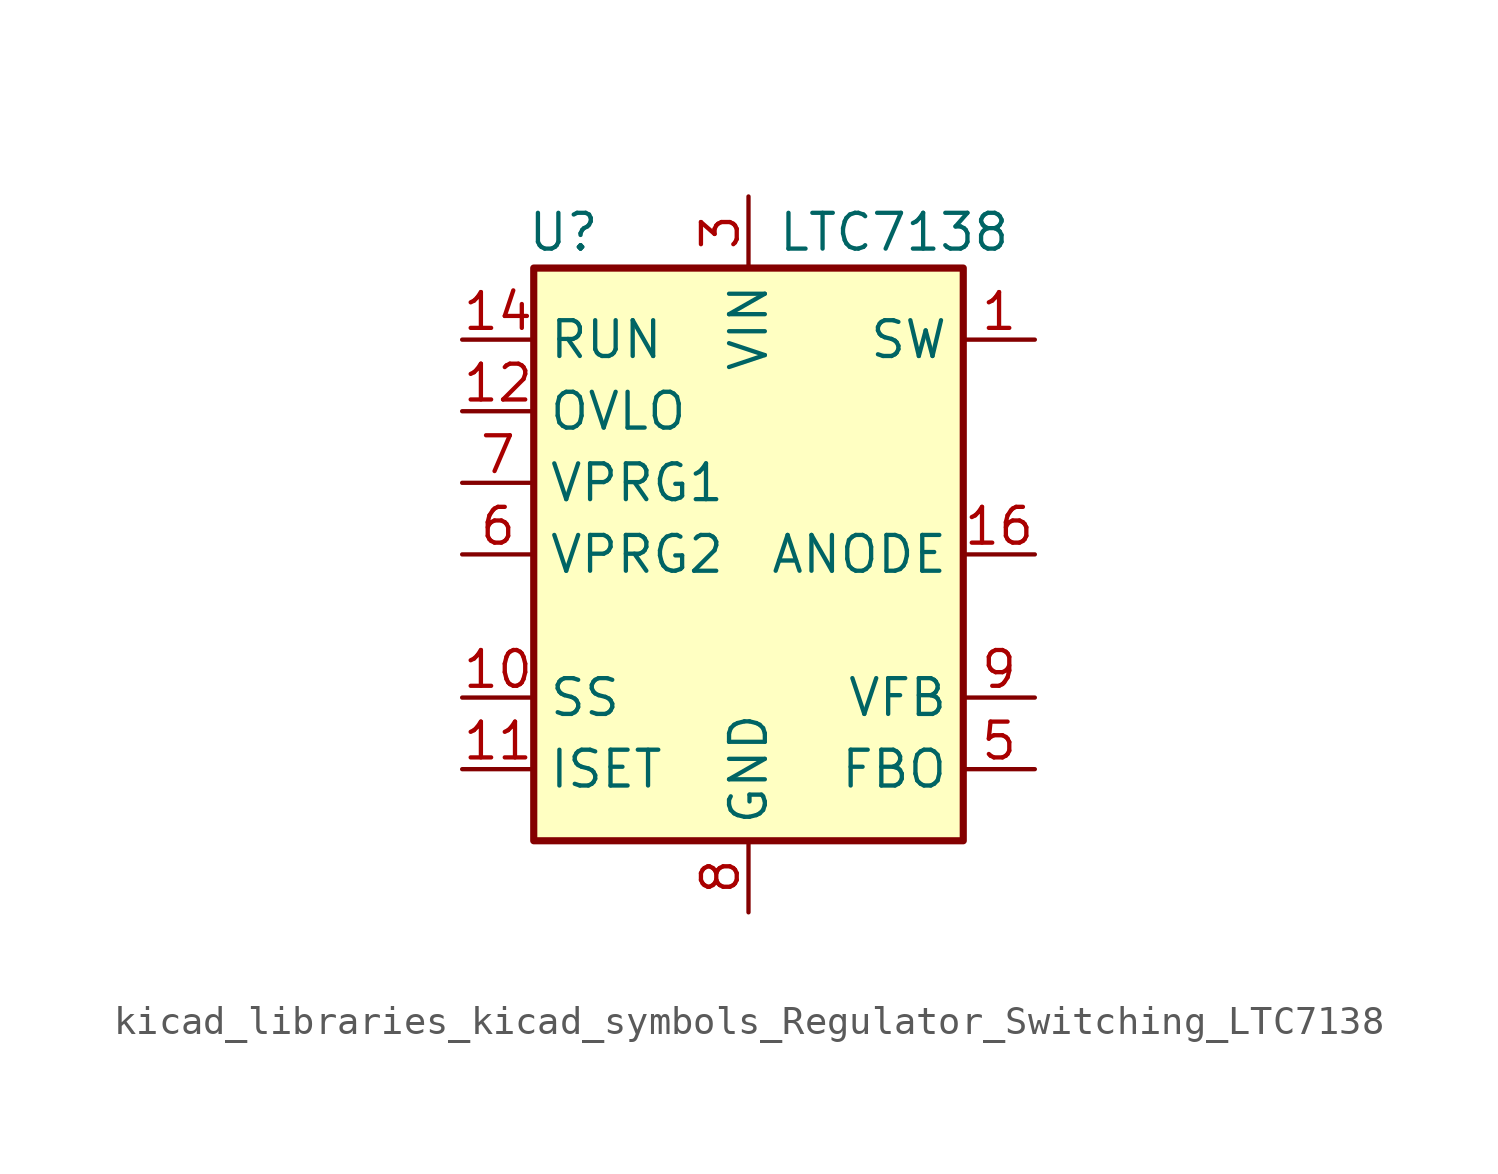
<source format=kicad_sym>
(kicad_symbol_lib
  (version 20220914)
  (generator kicad_symbol_editor)
  (symbol "kicad_libraries_kicad_symbols_Regulator_Switching_LTC7138"
    (property "Reference" "U"
      (at -7.874 11.43 0)
      (effects (font (size 1.27 1.27)) (justify left)))
    (property "Value" "LTC7138"
      (at 1.016 11.43 0)
      (effects (font (size 1.27 1.27)) (justify left)))
    (symbol "kicad_libraries_kicad_symbols_Regulator_Switching_LTC7138_0_1"
      (rectangle (start -7.62 10.16) (end 7.62 -10.16) (stroke (width 0.254) (type default)) (fill (type background))))
    (symbol "kicad_libraries_kicad_symbols_Regulator_Switching_LTC7138_1_1"
      (pin passive line (at 10.16 7.62 180) (length 2.54) (name "SW" (effects (font (size 1.27 1.27)))) (number "1" (effects (font (size 1.27 1.27)))))
      (pin passive line (at -10.16 -5.08 0) (length 2.54) (name "SS" (effects (font (size 1.27 1.27)))) (number "10" (effects (font (size 1.27 1.27)))))
      (pin passive line (at -10.16 -7.62 0) (length 2.54) (name "ISET" (effects (font (size 1.27 1.27)))) (number "11" (effects (font (size 1.27 1.27)))))
      (pin input line (at -10.16 5.08 0) (length 2.54) (name "OVLO" (effects (font (size 1.27 1.27)))) (number "12" (effects (font (size 1.27 1.27)))))
      (pin input line (at -10.16 7.62 0) (length 2.54) (name "RUN" (effects (font (size 1.27 1.27)))) (number "14" (effects (font (size 1.27 1.27)))))
      (pin passive line (at 10.16 0 180) (length 2.54) (name "ANODE" (effects (font (size 1.27 1.27)))) (number "16" (effects (font (size 1.27 1.27)))))
      (pin passive line (at 0 -12.7 90) (length 2.54) hide (name "GND" (effects (font (size 1.27 1.27)))) (number "17" (effects (font (size 1.27 1.27)))))
      (pin power_in line (at 0 12.7 270) (length 2.54) (name "VIN" (effects (font (size 1.27 1.27)))) (number "3" (effects (font (size 1.27 1.27)))))
      (pin output line (at 10.16 -7.62 180) (length 2.54) (name "FBO" (effects (font (size 1.27 1.27)))) (number "5" (effects (font (size 1.27 1.27)))))
      (pin input line (at -10.16 0 0) (length 2.54) (name "VPRG2" (effects (font (size 1.27 1.27)))) (number "6" (effects (font (size 1.27 1.27)))))
      (pin input line (at -10.16 2.54 0) (length 2.54) (name "VPRG1" (effects (font (size 1.27 1.27)))) (number "7" (effects (font (size 1.27 1.27)))))
      (pin power_in line (at 0 -12.7 90) (length 2.54) (name "GND" (effects (font (size 1.27 1.27)))) (number "8" (effects (font (size 1.27 1.27)))))
      (pin input line (at 10.16 -5.08 180) (length 2.54) (name "VFB" (effects (font (size 1.27 1.27)))) (number "9" (effects (font (size 1.27 1.27))))))))
</source>
